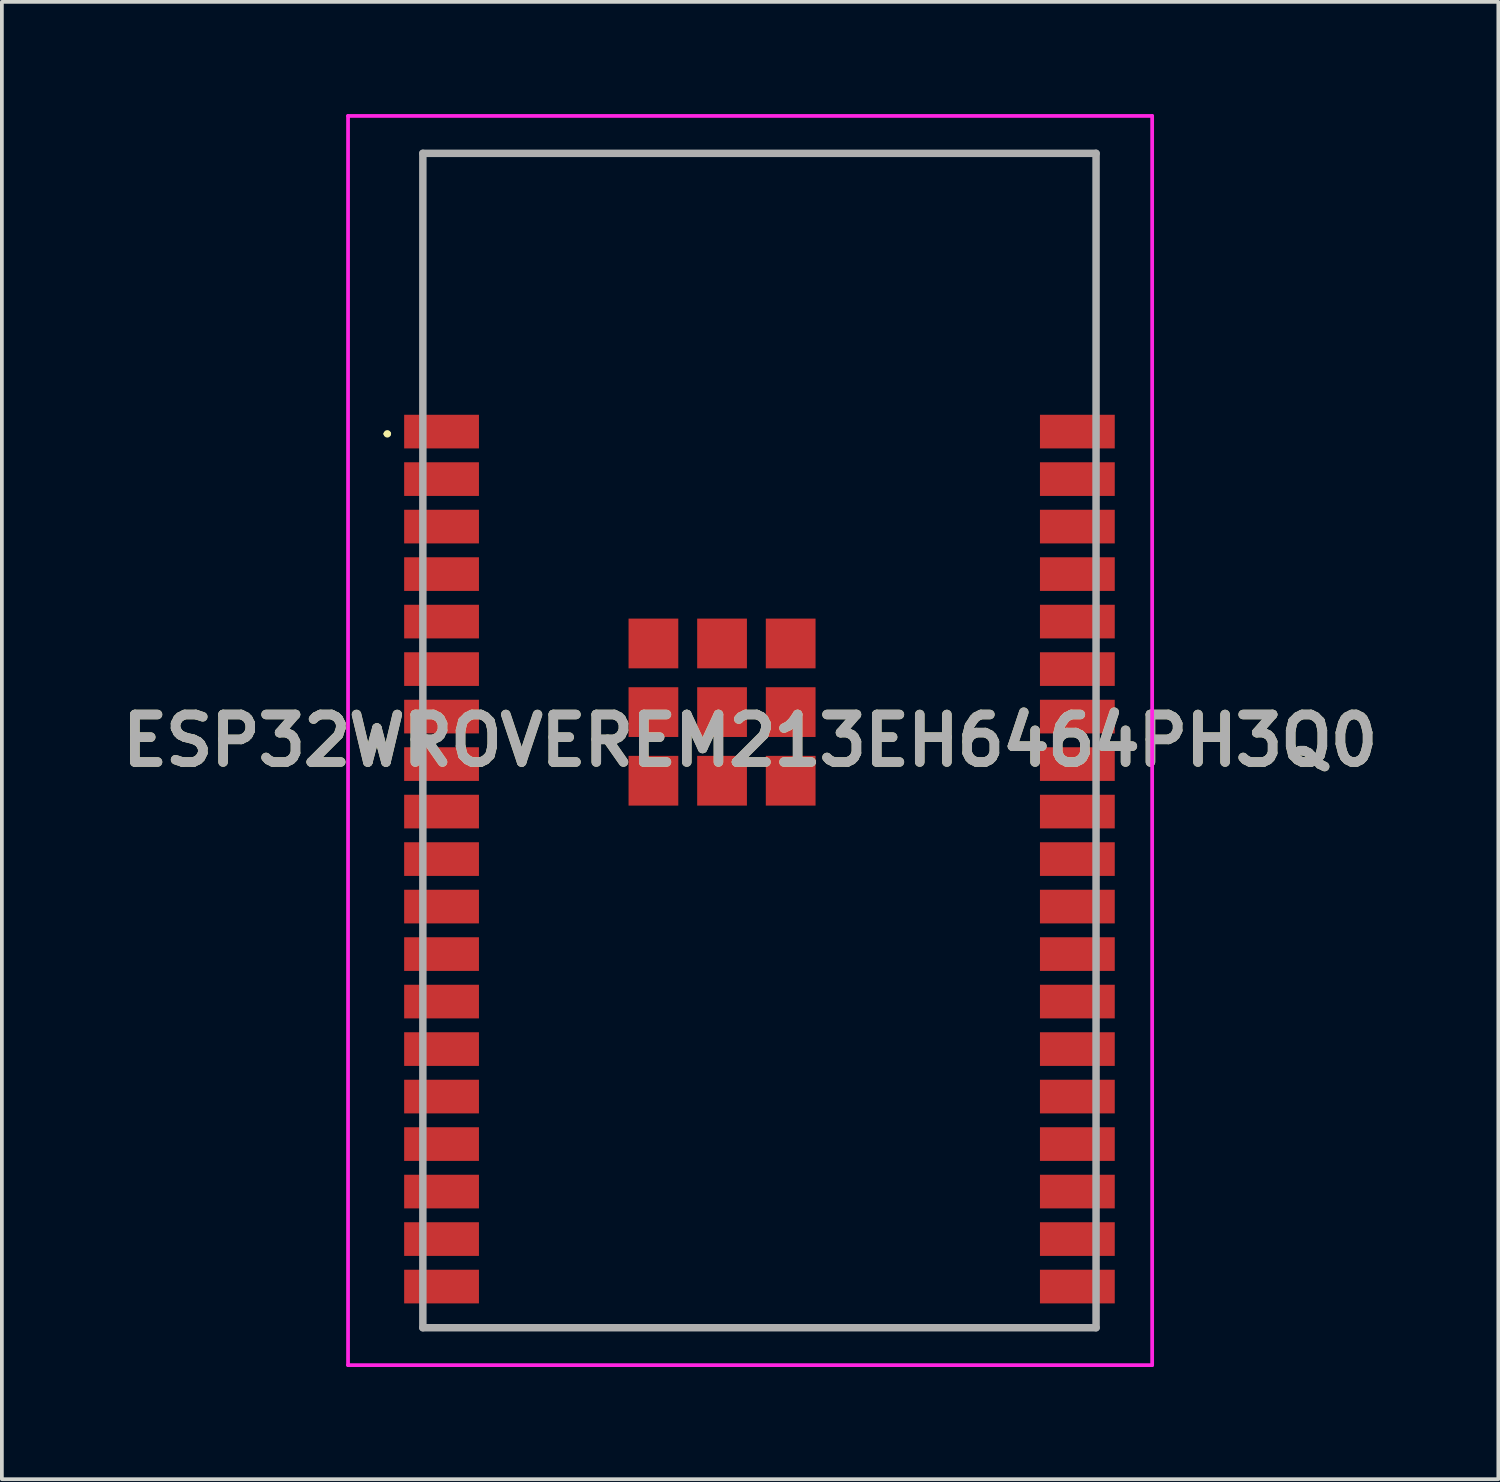
<source format=kicad_pcb>
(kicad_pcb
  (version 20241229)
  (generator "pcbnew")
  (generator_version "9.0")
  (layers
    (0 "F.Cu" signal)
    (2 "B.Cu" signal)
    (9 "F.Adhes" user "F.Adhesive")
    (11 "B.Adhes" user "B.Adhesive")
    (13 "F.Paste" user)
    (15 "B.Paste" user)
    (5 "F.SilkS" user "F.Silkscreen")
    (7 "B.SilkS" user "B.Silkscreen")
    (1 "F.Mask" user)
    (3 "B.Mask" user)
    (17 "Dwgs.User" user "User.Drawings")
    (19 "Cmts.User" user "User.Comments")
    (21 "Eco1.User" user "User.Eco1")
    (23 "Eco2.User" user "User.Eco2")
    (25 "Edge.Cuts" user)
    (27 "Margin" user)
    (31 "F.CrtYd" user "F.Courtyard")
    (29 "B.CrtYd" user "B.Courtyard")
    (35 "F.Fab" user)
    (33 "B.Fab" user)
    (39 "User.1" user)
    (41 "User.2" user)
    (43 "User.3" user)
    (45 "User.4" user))
  (footprint "ESP32WROVEREM213EH6464PH3Q0"
    (layer "F.Cu")
    (at 17.256 16.75)
    (property "Reference" "ESP32WROVEREM213EH6464PH3Q0" (at -0.25 0 0) (layer "F.SilkS") (effects (font (size 1.27 1.27) (thickness 0.254))))
    (attr smd)
    (fp_line (start -10 -8.2) (end -10 -8.2) (stroke (width 0.1) (type solid)) (layer "F.SilkS"))
    (fp_line (start -9.9 -8.2) (end -9.9 -8.2) (stroke (width 0.1) (type solid)) (layer "F.SilkS"))
    (fp_line (start -9 -15.7) (end 9 -15.7) (stroke (width 0.1) (type solid)) (layer "F.SilkS"))
    (fp_line (start -9 -9.5) (end -9 -15.7) (stroke (width 0.1) (type solid)) (layer "F.SilkS"))
    (fp_line (start -9 15.7) (end 9 15.7) (stroke (width 0.1) (type solid)) (layer "F.SilkS"))
    (fp_line (start 9 -15.7) (end 9 -9.5) (stroke (width 0.1) (type solid)) (layer "F.SilkS"))
    (fp_arc (start -10 -8.2) (mid -9.95 -8.25) (end -9.9 -8.2) (stroke (width 0.1) (type solid)) (layer "F.SilkS"))
    (fp_arc (start -9.9 -8.2) (mid -9.95 -8.15) (end -10 -8.2) (stroke (width 0.1) (type solid)) (layer "F.SilkS"))
    (fp_line (start -11 -16.7) (end 10.5 -16.7) (stroke (width 0.1) (type solid)) (layer "F.CrtYd"))
    (fp_line (start -11 16.7) (end -11 -16.7) (stroke (width 0.1) (type solid)) (layer "F.CrtYd"))
    (fp_line (start 10.5 -16.7) (end 10.5 16.7) (stroke (width 0.1) (type solid)) (layer "F.CrtYd"))
    (fp_line (start 10.5 16.7) (end -11 16.7) (stroke (width 0.1) (type solid)) (layer "F.CrtYd"))
    (fp_line (start -9 -15.7) (end 9 -15.7) (stroke (width 0.2) (type solid)) (layer "F.Fab"))
    (fp_line (start -9 15.7) (end -9 -15.7) (stroke (width 0.2) (type solid)) (layer "F.Fab"))
    (fp_line (start 9 -15.7) (end 9 15.7) (stroke (width 0.2) (type solid)) (layer "F.Fab"))
    (fp_line (start 9 15.7) (end -9 15.7) (stroke (width 0.2) (type solid)) (layer "F.Fab"))
    (fp_text user "${REFERENCE}" (at -0.25 0 0) (layer "F.Fab") (effects (font (size 1.27 1.27) (thickness 0.254))))
    (pad "1" smd rect (at -8.5 -8.26 90) (size 0.9 2) (layers "F.Cu" "F.Mask" "F.Paste"))
    (pad "2" smd rect (at -8.5 -6.99 90) (size 0.9 2) (layers "F.Cu" "F.Mask" "F.Paste"))
    (pad "3" smd rect (at -8.5 -5.72 90) (size 0.9 2) (layers "F.Cu" "F.Mask" "F.Paste"))
    (pad "4" smd rect (at -8.5 -4.45 90) (size 0.9 2) (layers "F.Cu" "F.Mask" "F.Paste"))
    (pad "5" smd rect (at -8.5 -3.18 90) (size 0.9 2) (layers "F.Cu" "F.Mask" "F.Paste"))
    (pad "6" smd rect (at -8.5 -1.91 90) (size 0.9 2) (layers "F.Cu" "F.Mask" "F.Paste"))
    (pad "7" smd rect (at -8.5 -0.64 90) (size 0.9 2) (layers "F.Cu" "F.Mask" "F.Paste"))
    (pad "8" smd rect (at -8.5 0.63 90) (size 0.9 2) (layers "F.Cu" "F.Mask" "F.Paste"))
    (pad "9" smd rect (at -8.5 1.9 90) (size 0.9 2) (layers "F.Cu" "F.Mask" "F.Paste"))
    (pad "10" smd rect (at -8.5 3.17 90) (size 0.9 2) (layers "F.Cu" "F.Mask" "F.Paste"))
    (pad "11" smd rect (at -8.5 4.44 90) (size 0.9 2) (layers "F.Cu" "F.Mask" "F.Paste"))
    (pad "12" smd rect (at -8.5 5.71 90) (size 0.9 2) (layers "F.Cu" "F.Mask" "F.Paste"))
    (pad "13" smd rect (at -8.5 6.98 90) (size 0.9 2) (layers "F.Cu" "F.Mask" "F.Paste"))
    (pad "14" smd rect (at -8.5 8.25 90) (size 0.9 2) (layers "F.Cu" "F.Mask" "F.Paste"))
    (pad "15" smd rect (at -8.5 9.52 90) (size 0.9 2) (layers "F.Cu" "F.Mask" "F.Paste"))
    (pad "16" smd rect (at -8.5 10.79 90) (size 0.9 2) (layers "F.Cu" "F.Mask" "F.Paste"))
    (pad "17" smd rect (at -8.5 12.06 90) (size 0.9 2) (layers "F.Cu" "F.Mask" "F.Paste"))
    (pad "18" smd rect (at -8.5 13.33 90) (size 0.9 2) (layers "F.Cu" "F.Mask" "F.Paste"))
    (pad "19" smd rect (at -8.5 14.6 90) (size 0.9 2) (layers "F.Cu" "F.Mask" "F.Paste"))
    (pad "20" smd rect (at 8.5 14.6 90) (size 0.9 2) (layers "F.Cu" "F.Mask" "F.Paste"))
    (pad "21" smd rect (at 8.5 13.33 90) (size 0.9 2) (layers "F.Cu" "F.Mask" "F.Paste"))
    (pad "22" smd rect (at 8.5 12.06 90) (size 0.9 2) (layers "F.Cu" "F.Mask" "F.Paste"))
    (pad "23" smd rect (at 8.5 10.79 90) (size 0.9 2) (layers "F.Cu" "F.Mask" "F.Paste"))
    (pad "24" smd rect (at 8.5 9.52 90) (size 0.9 2) (layers "F.Cu" "F.Mask" "F.Paste"))
    (pad "25" smd rect (at 8.5 8.25 90) (size 0.9 2) (layers "F.Cu" "F.Mask" "F.Paste"))
    (pad "26" smd rect (at 8.5 6.98 90) (size 0.9 2) (layers "F.Cu" "F.Mask" "F.Paste"))
    (pad "27" smd rect (at 8.5 5.71 90) (size 0.9 2) (layers "F.Cu" "F.Mask" "F.Paste"))
    (pad "28" smd rect (at 8.5 4.44 90) (size 0.9 2) (layers "F.Cu" "F.Mask" "F.Paste"))
    (pad "29" smd rect (at 8.5 3.17 90) (size 0.9 2) (layers "F.Cu" "F.Mask" "F.Paste"))
    (pad "30" smd rect (at 8.5 1.9 90) (size 0.9 2) (layers "F.Cu" "F.Mask" "F.Paste"))
    (pad "31" smd rect (at 8.5 0.63 90) (size 0.9 2) (layers "F.Cu" "F.Mask" "F.Paste"))
    (pad "32" smd rect (at 8.5 -0.64 90) (size 0.9 2) (layers "F.Cu" "F.Mask" "F.Paste"))
    (pad "33" smd rect (at 8.5 -1.91 90) (size 0.9 2) (layers "F.Cu" "F.Mask" "F.Paste"))
    (pad "34" smd rect (at 8.5 -3.18 90) (size 0.9 2) (layers "F.Cu" "F.Mask" "F.Paste"))
    (pad "35" smd rect (at 8.5 -4.45 90) (size 0.9 2) (layers "F.Cu" "F.Mask" "F.Paste"))
    (pad "36" smd rect (at 8.5 -5.72 90) (size 0.9 2) (layers "F.Cu" "F.Mask" "F.Paste"))
    (pad "37" smd rect (at 8.5 -6.99 90) (size 0.9 2) (layers "F.Cu" "F.Mask" "F.Paste"))
    (pad "38" smd rect (at 8.5 -8.26 90) (size 0.9 2) (layers "F.Cu" "F.Mask" "F.Paste"))
    (pad "39" smd rect (at -1 -0.76 90) (size 1.33 1.33) (layers "F.Cu" "F.Mask" "F.Paste"))
    (pad "40" smd rect (at -2.835 -2.595 90) (size 1.33 1.33) (layers "F.Cu" "F.Mask" "F.Paste"))
    (pad "41" smd rect (at -2.835 -0.76 90) (size 1.33 1.33) (layers "F.Cu" "F.Mask" "F.Paste"))
    (pad "42" smd rect (at -2.835 1.075 90) (size 1.33 1.33) (layers "F.Cu" "F.Mask" "F.Paste"))
    (pad "43" smd rect (at -1 1.075 90) (size 1.33 1.33) (layers "F.Cu" "F.Mask" "F.Paste"))
    (pad "44" smd rect (at 0.835 1.075 90) (size 1.33 1.33) (layers "F.Cu" "F.Mask" "F.Paste"))
    (pad "45" smd rect (at 0.835 -0.76 90) (size 1.33 1.33) (layers "F.Cu" "F.Mask" "F.Paste"))
    (pad "46" smd rect (at 0.835 -2.595 90) (size 1.33 1.33) (layers "F.Cu" "F.Mask" "F.Paste"))
    (pad "47" smd rect (at -1 -2.595 90) (size 1.33 1.33) (layers "F.Cu" "F.Mask" "F.Paste")))
  (gr_rect
    (start -3 -3)
    (end 37.012 36.5)
    (stroke (width 0.1) (type default))
    (fill no)
    (layer "Edge.Cuts")))
</source>
